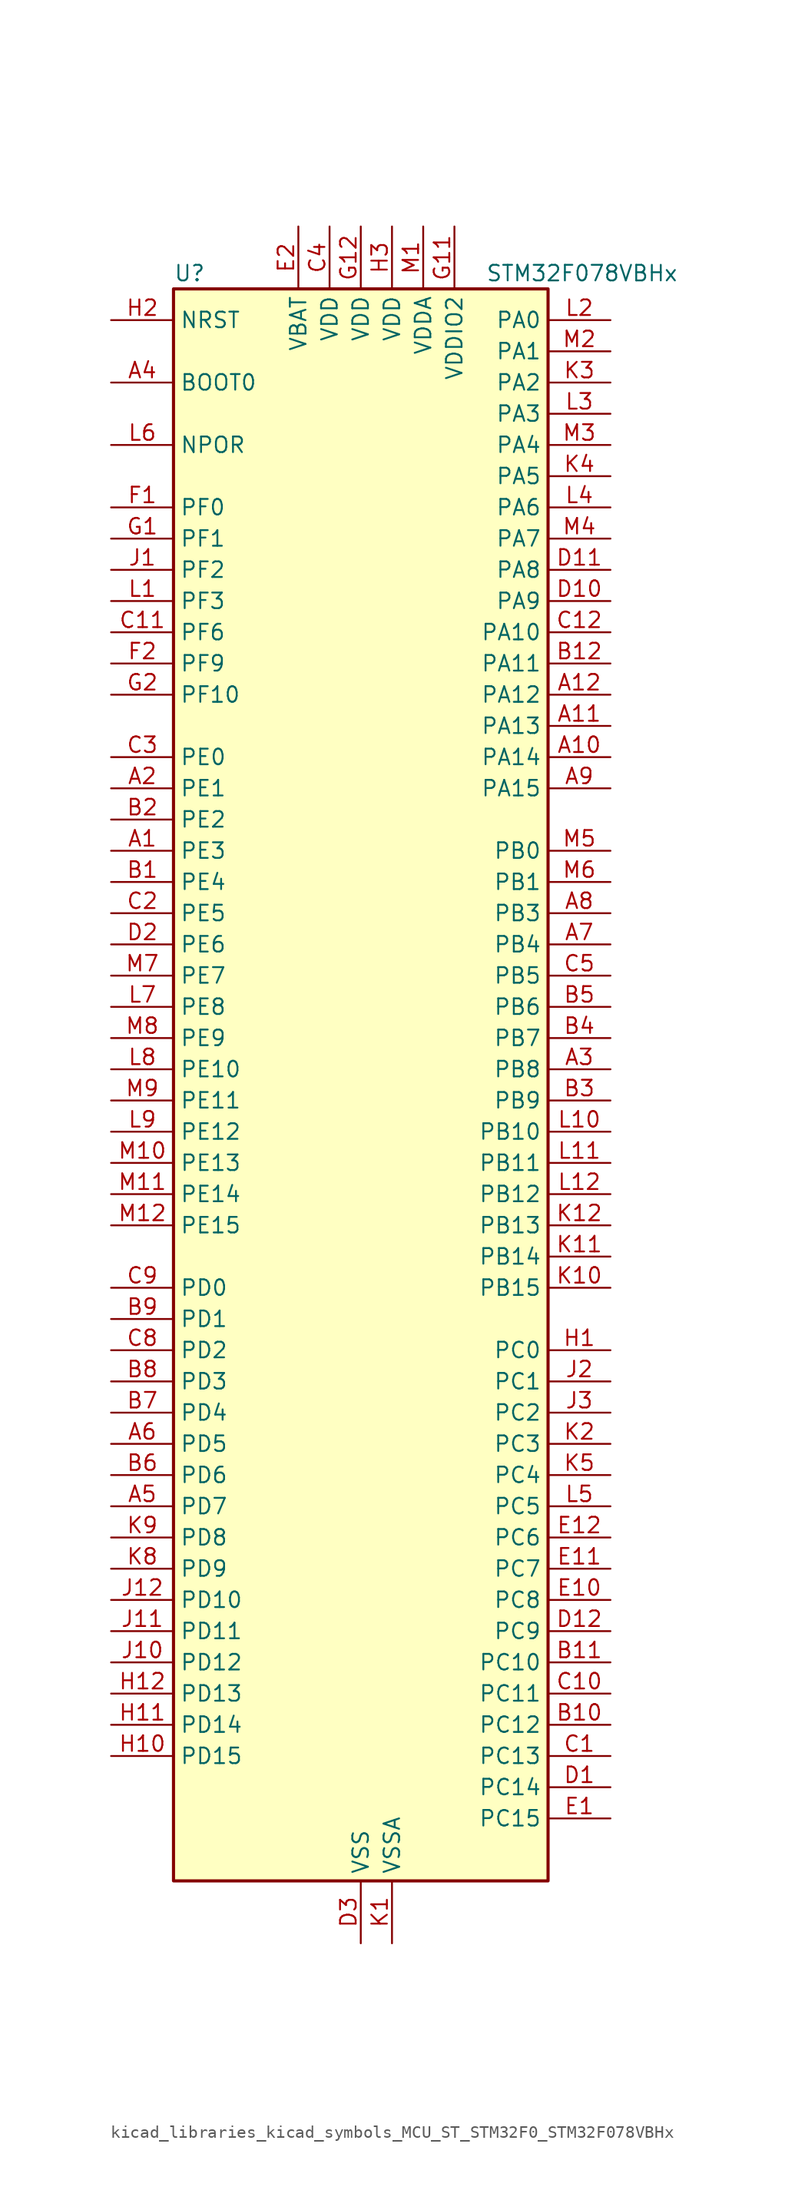
<source format=kicad_sym>
(kicad_symbol_lib
  (version 20220914)
  (generator kicad_symbol_editor)
  (symbol "kicad_libraries_kicad_symbols_MCU_ST_STM32F0_STM32F078VBHx"
    (property "Reference" "U"
      (at -15.24 67.31 0)
      (effects (font (size 1.27 1.27)) (justify left)))
    (property "Value" "STM32F078VBHx"
      (at 10.16 67.31 0)
      (effects (font (size 1.27 1.27)) (justify left)))
    (property "ki_locked" ""
      (at 0 0 0)
      (effects (font (size 1.27 1.27))))
    (symbol "kicad_libraries_kicad_symbols_MCU_ST_STM32F0_STM32F078VBHx_0_1"
      (rectangle (start -15.24 -63.5) (end 15.24 66.04) (stroke (width 0.254) (type default)) (fill (type background))))
    (symbol "kicad_libraries_kicad_symbols_MCU_ST_STM32F0_STM32F078VBHx_1_1"
      (pin bidirectional line (at -20.32 20.32 0) (length 5.08) (name "PE3" (effects (font (size 1.27 1.27)))) (number "A1" (effects (font (size 1.27 1.27)))) (alternate "TIM3_CH1" bidirectional line) (alternate "TSC_G7_IO2" bidirectional line))
      (pin bidirectional line (at 20.32 27.94 180) (length 5.08) (name "PA14" (effects (font (size 1.27 1.27)))) (number "A10" (effects (font (size 1.27 1.27)))) (alternate "SYS_SWCLK" bidirectional line) (alternate "USART2_TX" bidirectional line))
      (pin bidirectional line (at 20.32 30.48 180) (length 5.08) (name "PA13" (effects (font (size 1.27 1.27)))) (number "A11" (effects (font (size 1.27 1.27)))) (alternate "IR_OUT" bidirectional line) (alternate "SYS_SWDIO" bidirectional line) (alternate "USB_NOE" bidirectional line))
      (pin bidirectional line (at 20.32 33.02 180) (length 5.08) (name "PA12" (effects (font (size 1.27 1.27)))) (number "A12" (effects (font (size 1.27 1.27)))) (alternate "COMP2_OUT" bidirectional line) (alternate "TIM1_ETR" bidirectional line) (alternate "TSC_G4_IO4" bidirectional line) (alternate "USART1_DE" bidirectional line) (alternate "USART1_RTS" bidirectional line) (alternate "USB_DP" bidirectional line))
      (pin bidirectional line (at -20.32 25.4 0) (length 5.08) (name "PE1" (effects (font (size 1.27 1.27)))) (number "A2" (effects (font (size 1.27 1.27)))) (alternate "TIM17_CH1" bidirectional line))
      (pin bidirectional line (at 20.32 2.54 180) (length 5.08) (name "PB8" (effects (font (size 1.27 1.27)))) (number "A3" (effects (font (size 1.27 1.27)))) (alternate "CEC" bidirectional line) (alternate "I2C1_SCL" bidirectional line) (alternate "TIM16_CH1" bidirectional line) (alternate "TSC_SYNC" bidirectional line))
      (pin input line (at -20.32 58.42 0) (length 5.08) (name "BOOT0" (effects (font (size 1.27 1.27)))) (number "A4" (effects (font (size 1.27 1.27)))))
      (pin bidirectional line (at -20.32 -33.02 0) (length 5.08) (name "PD7" (effects (font (size 1.27 1.27)))) (number "A5" (effects (font (size 1.27 1.27)))) (alternate "USART2_CK" bidirectional line))
      (pin bidirectional line (at -20.32 -27.94 0) (length 5.08) (name "PD5" (effects (font (size 1.27 1.27)))) (number "A6" (effects (font (size 1.27 1.27)))) (alternate "USART2_TX" bidirectional line))
      (pin bidirectional line (at 20.32 12.7 180) (length 5.08) (name "PB4" (effects (font (size 1.27 1.27)))) (number "A7" (effects (font (size 1.27 1.27)))) (alternate "I2S1_MCK" bidirectional line) (alternate "SPI1_MISO" bidirectional line) (alternate "TIM17_BKIN" bidirectional line) (alternate "TIM3_CH1" bidirectional line) (alternate "TSC_G5_IO2" bidirectional line))
      (pin bidirectional line (at 20.32 15.24 180) (length 5.08) (name "PB3" (effects (font (size 1.27 1.27)))) (number "A8" (effects (font (size 1.27 1.27)))) (alternate "I2S1_CK" bidirectional line) (alternate "SPI1_SCK" bidirectional line) (alternate "TIM2_CH2" bidirectional line) (alternate "TSC_G5_IO1" bidirectional line))
      (pin bidirectional line (at 20.32 25.4 180) (length 5.08) (name "PA15" (effects (font (size 1.27 1.27)))) (number "A9" (effects (font (size 1.27 1.27)))) (alternate "I2S1_WS" bidirectional line) (alternate "SPI1_NSS" bidirectional line) (alternate "TIM2_CH1" bidirectional line) (alternate "TIM2_ETR" bidirectional line) (alternate "USART2_RX" bidirectional line) (alternate "USART4_DE" bidirectional line) (alternate "USART4_RTS" bidirectional line))
      (pin bidirectional line (at -20.32 17.78 0) (length 5.08) (name "PE4" (effects (font (size 1.27 1.27)))) (number "B1" (effects (font (size 1.27 1.27)))) (alternate "TIM3_CH2" bidirectional line) (alternate "TSC_G7_IO3" bidirectional line))
      (pin bidirectional line (at 20.32 -50.8 180) (length 5.08) (name "PC12" (effects (font (size 1.27 1.27)))) (number "B10" (effects (font (size 1.27 1.27)))) (alternate "USART3_CK" bidirectional line) (alternate "USART4_CK" bidirectional line))
      (pin bidirectional line (at 20.32 -45.72 180) (length 5.08) (name "PC10" (effects (font (size 1.27 1.27)))) (number "B11" (effects (font (size 1.27 1.27)))) (alternate "USART3_TX" bidirectional line) (alternate "USART4_TX" bidirectional line))
      (pin bidirectional line (at 20.32 35.56 180) (length 5.08) (name "PA11" (effects (font (size 1.27 1.27)))) (number "B12" (effects (font (size 1.27 1.27)))) (alternate "COMP1_OUT" bidirectional line) (alternate "TIM1_CH4" bidirectional line) (alternate "TSC_G4_IO3" bidirectional line) (alternate "USART1_CTS" bidirectional line) (alternate "USB_DM" bidirectional line))
      (pin bidirectional line (at -20.32 22.86 0) (length 5.08) (name "PE2" (effects (font (size 1.27 1.27)))) (number "B2" (effects (font (size 1.27 1.27)))) (alternate "TIM3_ETR" bidirectional line) (alternate "TSC_G7_IO1" bidirectional line))
      (pin bidirectional line (at 20.32 0 180) (length 5.08) (name "PB9" (effects (font (size 1.27 1.27)))) (number "B3" (effects (font (size 1.27 1.27)))) (alternate "DAC_EXTI9" bidirectional line) (alternate "I2C1_SDA" bidirectional line) (alternate "I2S2_WS" bidirectional line) (alternate "IR_OUT" bidirectional line) (alternate "SPI2_NSS" bidirectional line) (alternate "TIM17_CH1" bidirectional line))
      (pin bidirectional line (at 20.32 5.08 180) (length 5.08) (name "PB7" (effects (font (size 1.27 1.27)))) (number "B4" (effects (font (size 1.27 1.27)))) (alternate "I2C1_SDA" bidirectional line) (alternate "TIM17_CH1N" bidirectional line) (alternate "TSC_G5_IO4" bidirectional line) (alternate "USART1_RX" bidirectional line) (alternate "USART4_CTS" bidirectional line))
      (pin bidirectional line (at 20.32 7.62 180) (length 5.08) (name "PB6" (effects (font (size 1.27 1.27)))) (number "B5" (effects (font (size 1.27 1.27)))) (alternate "I2C1_SCL" bidirectional line) (alternate "TIM16_CH1N" bidirectional line) (alternate "TSC_G5_IO3" bidirectional line) (alternate "USART1_TX" bidirectional line))
      (pin bidirectional line (at -20.32 -30.48 0) (length 5.08) (name "PD6" (effects (font (size 1.27 1.27)))) (number "B6" (effects (font (size 1.27 1.27)))) (alternate "USART2_RX" bidirectional line))
      (pin bidirectional line (at -20.32 -25.4 0) (length 5.08) (name "PD4" (effects (font (size 1.27 1.27)))) (number "B7" (effects (font (size 1.27 1.27)))) (alternate "I2S2_SD" bidirectional line) (alternate "SPI2_MOSI" bidirectional line) (alternate "USART2_DE" bidirectional line) (alternate "USART2_RTS" bidirectional line))
      (pin bidirectional line (at -20.32 -22.86 0) (length 5.08) (name "PD3" (effects (font (size 1.27 1.27)))) (number "B8" (effects (font (size 1.27 1.27)))) (alternate "I2S2_MCK" bidirectional line) (alternate "SPI2_MISO" bidirectional line) (alternate "USART2_CTS" bidirectional line))
      (pin bidirectional line (at -20.32 -17.78 0) (length 5.08) (name "PD1" (effects (font (size 1.27 1.27)))) (number "B9" (effects (font (size 1.27 1.27)))) (alternate "I2S2_CK" bidirectional line) (alternate "SPI2_SCK" bidirectional line))
      (pin bidirectional line (at 20.32 -53.34 180) (length 5.08) (name "PC13" (effects (font (size 1.27 1.27)))) (number "C1" (effects (font (size 1.27 1.27)))) (alternate "RTC_OUT_ALARM" bidirectional line) (alternate "RTC_OUT_CALIB" bidirectional line) (alternate "RTC_TAMP1" bidirectional line) (alternate "RTC_TS" bidirectional line) (alternate "SYS_WKUP2" bidirectional line))
      (pin bidirectional line (at 20.32 -48.26 180) (length 5.08) (name "PC11" (effects (font (size 1.27 1.27)))) (number "C10" (effects (font (size 1.27 1.27)))) (alternate "USART3_RX" bidirectional line) (alternate "USART4_RX" bidirectional line))
      (pin bidirectional line (at -20.32 38.1 0) (length 5.08) (name "PF6" (effects (font (size 1.27 1.27)))) (number "C11" (effects (font (size 1.27 1.27)))))
      (pin bidirectional line (at 20.32 38.1 180) (length 5.08) (name "PA10" (effects (font (size 1.27 1.27)))) (number "C12" (effects (font (size 1.27 1.27)))) (alternate "TIM17_BKIN" bidirectional line) (alternate "TIM1_CH3" bidirectional line) (alternate "TSC_G4_IO2" bidirectional line) (alternate "USART1_RX" bidirectional line))
      (pin bidirectional line (at -20.32 15.24 0) (length 5.08) (name "PE5" (effects (font (size 1.27 1.27)))) (number "C2" (effects (font (size 1.27 1.27)))) (alternate "TIM3_CH3" bidirectional line) (alternate "TSC_G7_IO4" bidirectional line))
      (pin bidirectional line (at -20.32 27.94 0) (length 5.08) (name "PE0" (effects (font (size 1.27 1.27)))) (number "C3" (effects (font (size 1.27 1.27)))) (alternate "TIM16_CH1" bidirectional line))
      (pin power_in line (at -2.54 71.12 270) (length 5.08) (name "VDD" (effects (font (size 1.27 1.27)))) (number "C4" (effects (font (size 1.27 1.27)))))
      (pin bidirectional line (at 20.32 10.16 180) (length 5.08) (name "PB5" (effects (font (size 1.27 1.27)))) (number "C5" (effects (font (size 1.27 1.27)))) (alternate "I2C1_SMBA" bidirectional line) (alternate "I2S1_SD" bidirectional line) (alternate "SPI1_MOSI" bidirectional line) (alternate "SYS_WKUP6" bidirectional line) (alternate "TIM16_BKIN" bidirectional line) (alternate "TIM3_CH2" bidirectional line))
      (pin bidirectional line (at -20.32 -20.32 0) (length 5.08) (name "PD2" (effects (font (size 1.27 1.27)))) (number "C8" (effects (font (size 1.27 1.27)))) (alternate "TIM3_ETR" bidirectional line) (alternate "USART3_DE" bidirectional line) (alternate "USART3_RTS" bidirectional line))
      (pin bidirectional line (at -20.32 -15.24 0) (length 5.08) (name "PD0" (effects (font (size 1.27 1.27)))) (number "C9" (effects (font (size 1.27 1.27)))) (alternate "I2S2_WS" bidirectional line) (alternate "SPI2_NSS" bidirectional line))
      (pin bidirectional line (at 20.32 -55.88 180) (length 5.08) (name "PC14" (effects (font (size 1.27 1.27)))) (number "D1" (effects (font (size 1.27 1.27)))) (alternate "RCC_OSC32_IN" bidirectional line))
      (pin bidirectional line (at 20.32 40.64 180) (length 5.08) (name "PA9" (effects (font (size 1.27 1.27)))) (number "D10" (effects (font (size 1.27 1.27)))) (alternate "DAC_EXTI9" bidirectional line) (alternate "TIM15_BKIN" bidirectional line) (alternate "TIM1_CH2" bidirectional line) (alternate "TSC_G4_IO1" bidirectional line) (alternate "USART1_TX" bidirectional line))
      (pin bidirectional line (at 20.32 43.18 180) (length 5.08) (name "PA8" (effects (font (size 1.27 1.27)))) (number "D11" (effects (font (size 1.27 1.27)))) (alternate "CRS_SYNC" bidirectional line) (alternate "RCC_MCO" bidirectional line) (alternate "TIM1_CH1" bidirectional line) (alternate "USART1_CK" bidirectional line))
      (pin bidirectional line (at 20.32 -43.18 180) (length 5.08) (name "PC9" (effects (font (size 1.27 1.27)))) (number "D12" (effects (font (size 1.27 1.27)))) (alternate "DAC_EXTI9" bidirectional line) (alternate "TIM3_CH4" bidirectional line))
      (pin bidirectional line (at -20.32 12.7 0) (length 5.08) (name "PE6" (effects (font (size 1.27 1.27)))) (number "D2" (effects (font (size 1.27 1.27)))) (alternate "RTC_TAMP3" bidirectional line) (alternate "SYS_WKUP3" bidirectional line) (alternate "TIM3_CH4" bidirectional line))
      (pin power_in line (at 0 -68.58 90) (length 5.08) (name "VSS" (effects (font (size 1.27 1.27)))) (number "D3" (effects (font (size 1.27 1.27)))))
      (pin bidirectional line (at 20.32 -58.42 180) (length 5.08) (name "PC15" (effects (font (size 1.27 1.27)))) (number "E1" (effects (font (size 1.27 1.27)))) (alternate "RCC_OSC32_OUT" bidirectional line))
      (pin bidirectional line (at 20.32 -40.64 180) (length 5.08) (name "PC8" (effects (font (size 1.27 1.27)))) (number "E10" (effects (font (size 1.27 1.27)))) (alternate "TIM3_CH3" bidirectional line))
      (pin bidirectional line (at 20.32 -38.1 180) (length 5.08) (name "PC7" (effects (font (size 1.27 1.27)))) (number "E11" (effects (font (size 1.27 1.27)))) (alternate "TIM3_CH2" bidirectional line))
      (pin bidirectional line (at 20.32 -35.56 180) (length 5.08) (name "PC6" (effects (font (size 1.27 1.27)))) (number "E12" (effects (font (size 1.27 1.27)))) (alternate "TIM3_CH1" bidirectional line))
      (pin power_in line (at -5.08 71.12 270) (length 5.08) (name "VBAT" (effects (font (size 1.27 1.27)))) (number "E2" (effects (font (size 1.27 1.27)))))
      (pin no_connect line (at -15.24 -63.5 0) (length 5.08) hide (name "NC" (effects (font (size 1.27 1.27)))) (number "E3" (effects (font (size 1.27 1.27)))))
      (pin bidirectional line (at -20.32 48.26 0) (length 5.08) (name "PF0" (effects (font (size 1.27 1.27)))) (number "F1" (effects (font (size 1.27 1.27)))) (alternate "CRS_SYNC" bidirectional line) (alternate "RCC_OSC_IN" bidirectional line))
      (pin passive line (at 0 -68.58 90) (length 5.08) hide (name "VSS" (effects (font (size 1.27 1.27)))) (number "F11" (effects (font (size 1.27 1.27)))))
      (pin passive line (at 0 -68.58 90) (length 5.08) hide (name "VSS" (effects (font (size 1.27 1.27)))) (number "F12" (effects (font (size 1.27 1.27)))))
      (pin bidirectional line (at -20.32 35.56 0) (length 5.08) (name "PF9" (effects (font (size 1.27 1.27)))) (number "F2" (effects (font (size 1.27 1.27)))) (alternate "DAC_EXTI9" bidirectional line) (alternate "TIM15_CH1" bidirectional line))
      (pin bidirectional line (at -20.32 45.72 0) (length 5.08) (name "PF1" (effects (font (size 1.27 1.27)))) (number "G1" (effects (font (size 1.27 1.27)))) (alternate "RCC_OSC_OUT" bidirectional line))
      (pin power_in line (at 7.62 71.12 270) (length 5.08) (name "VDDIO2" (effects (font (size 1.27 1.27)))) (number "G11" (effects (font (size 1.27 1.27)))))
      (pin power_in line (at 0 71.12 270) (length 5.08) (name "VDD" (effects (font (size 1.27 1.27)))) (number "G12" (effects (font (size 1.27 1.27)))))
      (pin bidirectional line (at -20.32 33.02 0) (length 5.08) (name "PF10" (effects (font (size 1.27 1.27)))) (number "G2" (effects (font (size 1.27 1.27)))) (alternate "TIM15_CH2" bidirectional line))
      (pin bidirectional line (at 20.32 -20.32 180) (length 5.08) (name "PC0" (effects (font (size 1.27 1.27)))) (number "H1" (effects (font (size 1.27 1.27)))) (alternate "ADC_IN10" bidirectional line))
      (pin bidirectional line (at -20.32 -53.34 0) (length 5.08) (name "PD15" (effects (font (size 1.27 1.27)))) (number "H10" (effects (font (size 1.27 1.27)))) (alternate "CRS_SYNC" bidirectional line) (alternate "TSC_G8_IO4" bidirectional line))
      (pin bidirectional line (at -20.32 -50.8 0) (length 5.08) (name "PD14" (effects (font (size 1.27 1.27)))) (number "H11" (effects (font (size 1.27 1.27)))) (alternate "TSC_G8_IO3" bidirectional line))
      (pin bidirectional line (at -20.32 -48.26 0) (length 5.08) (name "PD13" (effects (font (size 1.27 1.27)))) (number "H12" (effects (font (size 1.27 1.27)))) (alternate "TSC_G8_IO2" bidirectional line))
      (pin input line (at -20.32 63.5 0) (length 5.08) (name "NRST" (effects (font (size 1.27 1.27)))) (number "H2" (effects (font (size 1.27 1.27)))))
      (pin power_in line (at 2.54 71.12 270) (length 5.08) (name "VDD" (effects (font (size 1.27 1.27)))) (number "H3" (effects (font (size 1.27 1.27)))))
      (pin bidirectional line (at -20.32 43.18 0) (length 5.08) (name "PF2" (effects (font (size 1.27 1.27)))) (number "J1" (effects (font (size 1.27 1.27)))) (alternate "SYS_WKUP8" bidirectional line))
      (pin bidirectional line (at -20.32 -45.72 0) (length 5.08) (name "PD12" (effects (font (size 1.27 1.27)))) (number "J10" (effects (font (size 1.27 1.27)))) (alternate "TSC_G8_IO1" bidirectional line) (alternate "USART3_DE" bidirectional line) (alternate "USART3_RTS" bidirectional line))
      (pin bidirectional line (at -20.32 -43.18 0) (length 5.08) (name "PD11" (effects (font (size 1.27 1.27)))) (number "J11" (effects (font (size 1.27 1.27)))) (alternate "USART3_CTS" bidirectional line))
      (pin bidirectional line (at -20.32 -40.64 0) (length 5.08) (name "PD10" (effects (font (size 1.27 1.27)))) (number "J12" (effects (font (size 1.27 1.27)))) (alternate "USART3_CK" bidirectional line))
      (pin bidirectional line (at 20.32 -22.86 180) (length 5.08) (name "PC1" (effects (font (size 1.27 1.27)))) (number "J2" (effects (font (size 1.27 1.27)))) (alternate "ADC_IN11" bidirectional line))
      (pin bidirectional line (at 20.32 -25.4 180) (length 5.08) (name "PC2" (effects (font (size 1.27 1.27)))) (number "J3" (effects (font (size 1.27 1.27)))) (alternate "ADC_IN12" bidirectional line) (alternate "I2S2_MCK" bidirectional line) (alternate "SPI2_MISO" bidirectional line))
      (pin power_in line (at 2.54 -68.58 90) (length 5.08) (name "VSSA" (effects (font (size 1.27 1.27)))) (number "K1" (effects (font (size 1.27 1.27)))))
      (pin bidirectional line (at 20.32 -15.24 180) (length 5.08) (name "PB15" (effects (font (size 1.27 1.27)))) (number "K10" (effects (font (size 1.27 1.27)))) (alternate "I2S2_SD" bidirectional line) (alternate "RTC_REFIN" bidirectional line) (alternate "SPI2_MOSI" bidirectional line) (alternate "SYS_WKUP7" bidirectional line) (alternate "TIM15_CH1N" bidirectional line) (alternate "TIM15_CH2" bidirectional line) (alternate "TIM1_CH3N" bidirectional line))
      (pin bidirectional line (at 20.32 -12.7 180) (length 5.08) (name "PB14" (effects (font (size 1.27 1.27)))) (number "K11" (effects (font (size 1.27 1.27)))) (alternate "I2C2_SDA" bidirectional line) (alternate "I2S2_MCK" bidirectional line) (alternate "SPI2_MISO" bidirectional line) (alternate "TIM15_CH1" bidirectional line) (alternate "TIM1_CH2N" bidirectional line) (alternate "TSC_G6_IO4" bidirectional line) (alternate "USART3_DE" bidirectional line) (alternate "USART3_RTS" bidirectional line))
      (pin bidirectional line (at 20.32 -10.16 180) (length 5.08) (name "PB13" (effects (font (size 1.27 1.27)))) (number "K12" (effects (font (size 1.27 1.27)))) (alternate "I2C2_SCL" bidirectional line) (alternate "I2S2_CK" bidirectional line) (alternate "SPI2_SCK" bidirectional line) (alternate "TIM1_CH1N" bidirectional line) (alternate "TSC_G6_IO3" bidirectional line) (alternate "USART3_CTS" bidirectional line))
      (pin bidirectional line (at 20.32 -27.94 180) (length 5.08) (name "PC3" (effects (font (size 1.27 1.27)))) (number "K2" (effects (font (size 1.27 1.27)))) (alternate "ADC_IN13" bidirectional line) (alternate "I2S2_SD" bidirectional line) (alternate "SPI2_MOSI" bidirectional line))
      (pin bidirectional line (at 20.32 58.42 180) (length 5.08) (name "PA2" (effects (font (size 1.27 1.27)))) (number "K3" (effects (font (size 1.27 1.27)))) (alternate "ADC_IN2" bidirectional line) (alternate "COMP2_INM" bidirectional line) (alternate "COMP2_OUT" bidirectional line) (alternate "SYS_WKUP4" bidirectional line) (alternate "TIM15_CH1" bidirectional line) (alternate "TIM2_CH3" bidirectional line) (alternate "TSC_G1_IO3" bidirectional line) (alternate "USART2_TX" bidirectional line))
      (pin bidirectional line (at 20.32 50.8 180) (length 5.08) (name "PA5" (effects (font (size 1.27 1.27)))) (number "K4" (effects (font (size 1.27 1.27)))) (alternate "ADC_IN5" bidirectional line) (alternate "CEC" bidirectional line) (alternate "COMP1_INM" bidirectional line) (alternate "COMP2_INM" bidirectional line) (alternate "DAC_OUT2" bidirectional line) (alternate "I2S1_CK" bidirectional line) (alternate "SPI1_SCK" bidirectional line) (alternate "TIM2_CH1" bidirectional line) (alternate "TIM2_ETR" bidirectional line) (alternate "TSC_G2_IO2" bidirectional line))
      (pin bidirectional line (at 20.32 -30.48 180) (length 5.08) (name "PC4" (effects (font (size 1.27 1.27)))) (number "K5" (effects (font (size 1.27 1.27)))) (alternate "ADC_IN14" bidirectional line) (alternate "USART3_TX" bidirectional line))
      (pin bidirectional line (at -20.32 -38.1 0) (length 5.08) (name "PD9" (effects (font (size 1.27 1.27)))) (number "K8" (effects (font (size 1.27 1.27)))) (alternate "DAC_EXTI9" bidirectional line) (alternate "USART3_RX" bidirectional line))
      (pin bidirectional line (at -20.32 -35.56 0) (length 5.08) (name "PD8" (effects (font (size 1.27 1.27)))) (number "K9" (effects (font (size 1.27 1.27)))) (alternate "USART3_TX" bidirectional line))
      (pin bidirectional line (at -20.32 40.64 0) (length 5.08) (name "PF3" (effects (font (size 1.27 1.27)))) (number "L1" (effects (font (size 1.27 1.27)))))
      (pin bidirectional line (at 20.32 -2.54 180) (length 5.08) (name "PB10" (effects (font (size 1.27 1.27)))) (number "L10" (effects (font (size 1.27 1.27)))) (alternate "CEC" bidirectional line) (alternate "I2C2_SCL" bidirectional line) (alternate "I2S2_CK" bidirectional line) (alternate "SPI2_SCK" bidirectional line) (alternate "TIM2_CH3" bidirectional line) (alternate "TSC_SYNC" bidirectional line) (alternate "USART3_TX" bidirectional line))
      (pin bidirectional line (at 20.32 -5.08 180) (length 5.08) (name "PB11" (effects (font (size 1.27 1.27)))) (number "L11" (effects (font (size 1.27 1.27)))) (alternate "I2C2_SDA" bidirectional line) (alternate "TIM2_CH4" bidirectional line) (alternate "TSC_G6_IO1" bidirectional line) (alternate "USART3_RX" bidirectional line))
      (pin bidirectional line (at 20.32 -7.62 180) (length 5.08) (name "PB12" (effects (font (size 1.27 1.27)))) (number "L12" (effects (font (size 1.27 1.27)))) (alternate "I2S2_WS" bidirectional line) (alternate "SPI2_NSS" bidirectional line) (alternate "TIM15_BKIN" bidirectional line) (alternate "TIM1_BKIN" bidirectional line) (alternate "TSC_G6_IO2" bidirectional line) (alternate "USART3_CK" bidirectional line))
      (pin bidirectional line (at 20.32 63.5 180) (length 5.08) (name "PA0" (effects (font (size 1.27 1.27)))) (number "L2" (effects (font (size 1.27 1.27)))) (alternate "ADC_IN0" bidirectional line) (alternate "COMP1_INM" bidirectional line) (alternate "COMP1_OUT" bidirectional line) (alternate "RTC_TAMP2" bidirectional line) (alternate "SYS_WKUP1" bidirectional line) (alternate "TIM2_CH1" bidirectional line) (alternate "TIM2_ETR" bidirectional line) (alternate "TSC_G1_IO1" bidirectional line) (alternate "USART2_CTS" bidirectional line) (alternate "USART4_TX" bidirectional line))
      (pin bidirectional line (at 20.32 55.88 180) (length 5.08) (name "PA3" (effects (font (size 1.27 1.27)))) (number "L3" (effects (font (size 1.27 1.27)))) (alternate "ADC_IN3" bidirectional line) (alternate "COMP2_INP" bidirectional line) (alternate "TIM15_CH2" bidirectional line) (alternate "TIM2_CH4" bidirectional line) (alternate "TSC_G1_IO4" bidirectional line) (alternate "USART2_RX" bidirectional line))
      (pin bidirectional line (at 20.32 48.26 180) (length 5.08) (name "PA6" (effects (font (size 1.27 1.27)))) (number "L4" (effects (font (size 1.27 1.27)))) (alternate "ADC_IN6" bidirectional line) (alternate "COMP1_OUT" bidirectional line) (alternate "I2S1_MCK" bidirectional line) (alternate "SPI1_MISO" bidirectional line) (alternate "TIM16_CH1" bidirectional line) (alternate "TIM1_BKIN" bidirectional line) (alternate "TIM3_CH1" bidirectional line) (alternate "TSC_G2_IO3" bidirectional line) (alternate "USART3_CTS" bidirectional line))
      (pin bidirectional line (at 20.32 -33.02 180) (length 5.08) (name "PC5" (effects (font (size 1.27 1.27)))) (number "L5" (effects (font (size 1.27 1.27)))) (alternate "ADC_IN15" bidirectional line) (alternate "SYS_WKUP5" bidirectional line) (alternate "TSC_G3_IO1" bidirectional line) (alternate "USART3_RX" bidirectional line))
      (pin input line (at -20.32 53.34 0) (length 5.08) (name "NPOR" (effects (font (size 1.27 1.27)))) (number "L6" (effects (font (size 1.27 1.27)))))
      (pin bidirectional line (at -20.32 7.62 0) (length 5.08) (name "PE8" (effects (font (size 1.27 1.27)))) (number "L7" (effects (font (size 1.27 1.27)))) (alternate "TIM1_CH1N" bidirectional line))
      (pin bidirectional line (at -20.32 2.54 0) (length 5.08) (name "PE10" (effects (font (size 1.27 1.27)))) (number "L8" (effects (font (size 1.27 1.27)))) (alternate "TIM1_CH2N" bidirectional line))
      (pin bidirectional line (at -20.32 -2.54 0) (length 5.08) (name "PE12" (effects (font (size 1.27 1.27)))) (number "L9" (effects (font (size 1.27 1.27)))) (alternate "I2S1_WS" bidirectional line) (alternate "SPI1_NSS" bidirectional line) (alternate "TIM1_CH3N" bidirectional line))
      (pin power_in line (at 5.08 71.12 270) (length 5.08) (name "VDDA" (effects (font (size 1.27 1.27)))) (number "M1" (effects (font (size 1.27 1.27)))))
      (pin bidirectional line (at -20.32 -5.08 0) (length 5.08) (name "PE13" (effects (font (size 1.27 1.27)))) (number "M10" (effects (font (size 1.27 1.27)))) (alternate "I2S1_CK" bidirectional line) (alternate "SPI1_SCK" bidirectional line) (alternate "TIM1_CH3" bidirectional line))
      (pin bidirectional line (at -20.32 -7.62 0) (length 5.08) (name "PE14" (effects (font (size 1.27 1.27)))) (number "M11" (effects (font (size 1.27 1.27)))) (alternate "I2S1_MCK" bidirectional line) (alternate "SPI1_MISO" bidirectional line) (alternate "TIM1_CH4" bidirectional line))
      (pin bidirectional line (at -20.32 -10.16 0) (length 5.08) (name "PE15" (effects (font (size 1.27 1.27)))) (number "M12" (effects (font (size 1.27 1.27)))) (alternate "I2S1_SD" bidirectional line) (alternate "SPI1_MOSI" bidirectional line) (alternate "TIM1_BKIN" bidirectional line))
      (pin bidirectional line (at 20.32 60.96 180) (length 5.08) (name "PA1" (effects (font (size 1.27 1.27)))) (number "M2" (effects (font (size 1.27 1.27)))) (alternate "ADC_IN1" bidirectional line) (alternate "COMP1_INP" bidirectional line) (alternate "TIM15_CH1N" bidirectional line) (alternate "TIM2_CH2" bidirectional line) (alternate "TSC_G1_IO2" bidirectional line) (alternate "USART2_DE" bidirectional line) (alternate "USART2_RTS" bidirectional line) (alternate "USART4_RX" bidirectional line))
      (pin bidirectional line (at 20.32 53.34 180) (length 5.08) (name "PA4" (effects (font (size 1.27 1.27)))) (number "M3" (effects (font (size 1.27 1.27)))) (alternate "ADC_IN4" bidirectional line) (alternate "COMP1_INM" bidirectional line) (alternate "COMP2_INM" bidirectional line) (alternate "DAC_OUT1" bidirectional line) (alternate "I2S1_WS" bidirectional line) (alternate "SPI1_NSS" bidirectional line) (alternate "TIM14_CH1" bidirectional line) (alternate "TSC_G2_IO1" bidirectional line) (alternate "USART2_CK" bidirectional line))
      (pin bidirectional line (at 20.32 45.72 180) (length 5.08) (name "PA7" (effects (font (size 1.27 1.27)))) (number "M4" (effects (font (size 1.27 1.27)))) (alternate "ADC_IN7" bidirectional line) (alternate "COMP2_OUT" bidirectional line) (alternate "I2S1_SD" bidirectional line) (alternate "SPI1_MOSI" bidirectional line) (alternate "TIM14_CH1" bidirectional line) (alternate "TIM17_CH1" bidirectional line) (alternate "TIM1_CH1N" bidirectional line) (alternate "TIM3_CH2" bidirectional line) (alternate "TSC_G2_IO4" bidirectional line))
      (pin bidirectional line (at 20.32 20.32 180) (length 5.08) (name "PB0" (effects (font (size 1.27 1.27)))) (number "M5" (effects (font (size 1.27 1.27)))) (alternate "ADC_IN8" bidirectional line) (alternate "TIM1_CH2N" bidirectional line) (alternate "TIM3_CH3" bidirectional line) (alternate "TSC_G3_IO2" bidirectional line) (alternate "USART3_CK" bidirectional line))
      (pin bidirectional line (at 20.32 17.78 180) (length 5.08) (name "PB1" (effects (font (size 1.27 1.27)))) (number "M6" (effects (font (size 1.27 1.27)))) (alternate "ADC_IN9" bidirectional line) (alternate "TIM14_CH1" bidirectional line) (alternate "TIM1_CH3N" bidirectional line) (alternate "TIM3_CH4" bidirectional line) (alternate "TSC_G3_IO3" bidirectional line) (alternate "USART3_DE" bidirectional line) (alternate "USART3_RTS" bidirectional line))
      (pin bidirectional line (at -20.32 10.16 0) (length 5.08) (name "PE7" (effects (font (size 1.27 1.27)))) (number "M7" (effects (font (size 1.27 1.27)))) (alternate "TIM1_ETR" bidirectional line))
      (pin bidirectional line (at -20.32 5.08 0) (length 5.08) (name "PE9" (effects (font (size 1.27 1.27)))) (number "M8" (effects (font (size 1.27 1.27)))) (alternate "DAC_EXTI9" bidirectional line) (alternate "TIM1_CH1" bidirectional line))
      (pin bidirectional line (at -20.32 0 0) (length 5.08) (name "PE11" (effects (font (size 1.27 1.27)))) (number "M9" (effects (font (size 1.27 1.27)))) (alternate "TIM1_CH2" bidirectional line)))))
</source>
